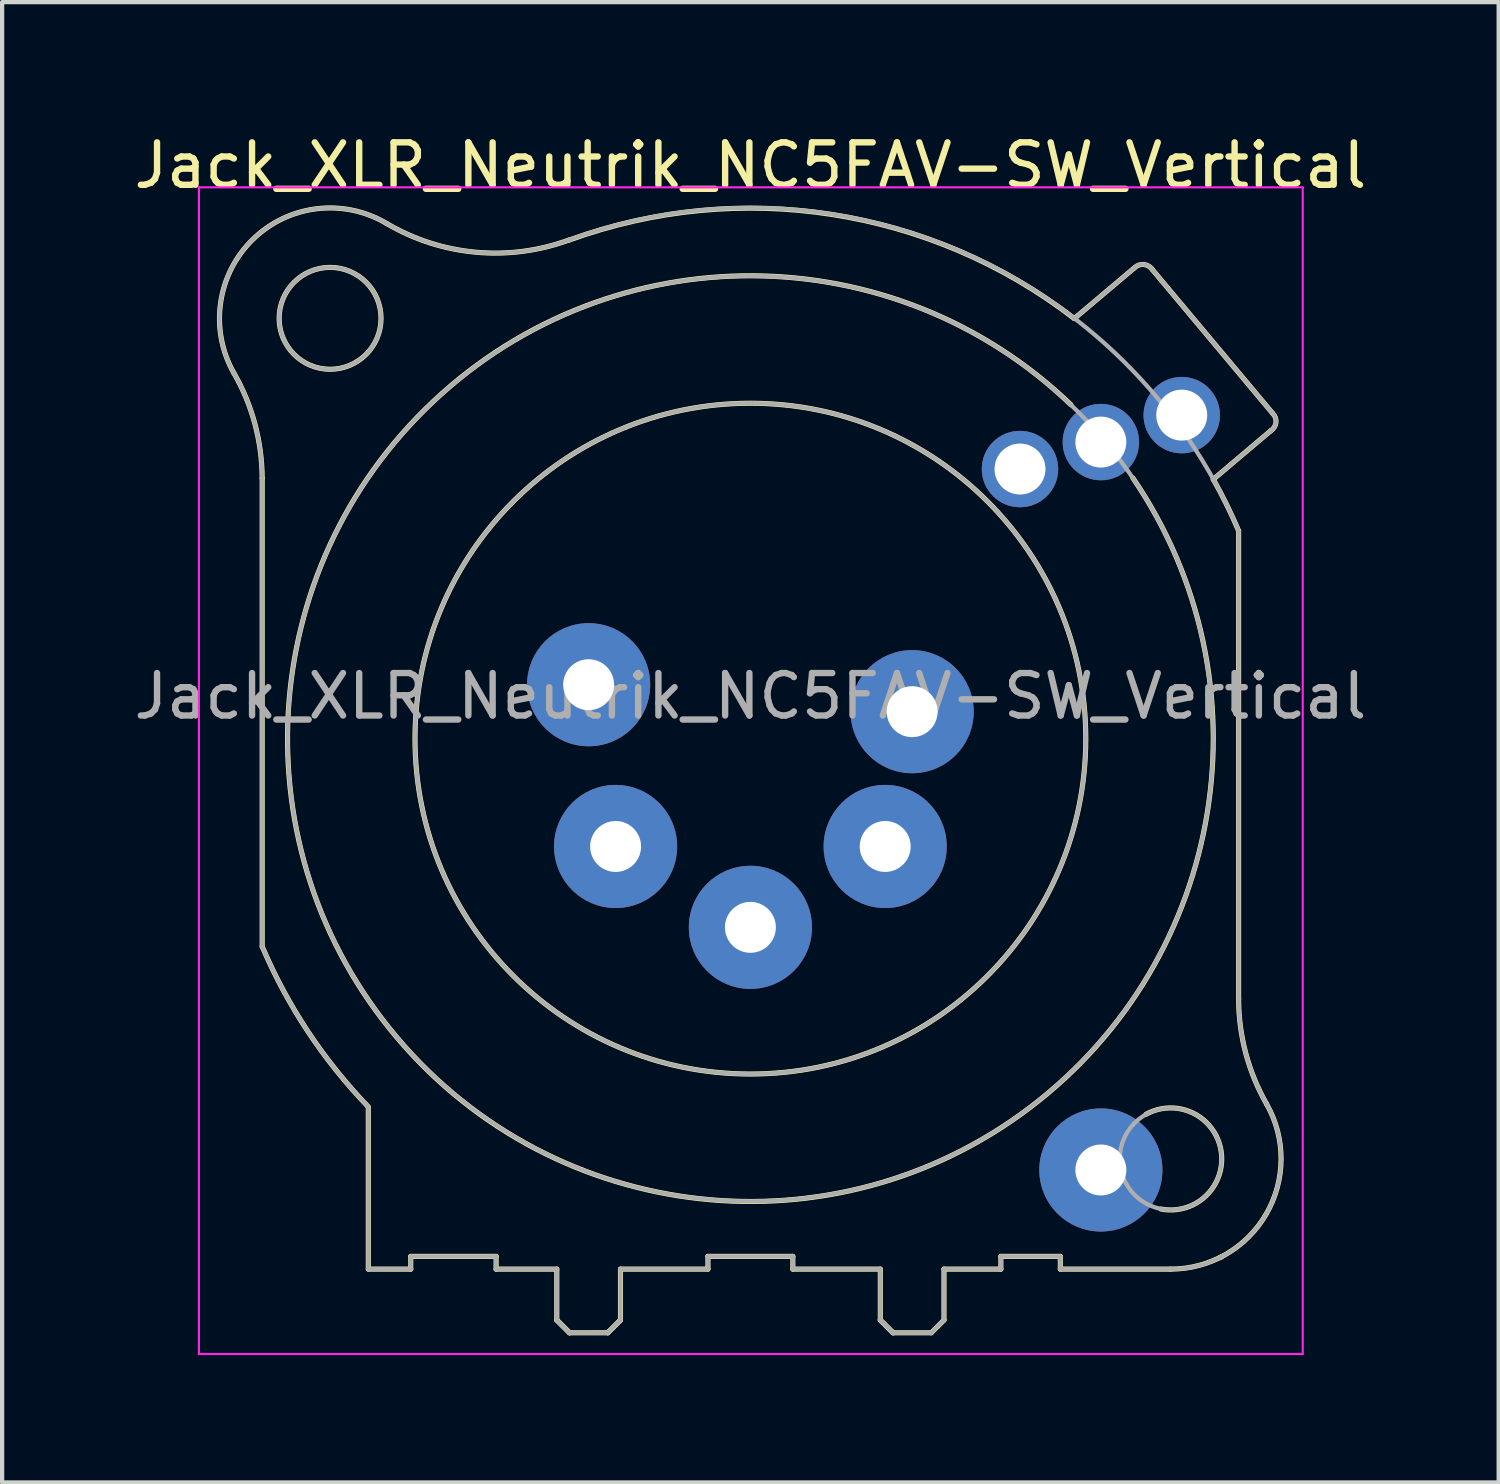
<source format=kicad_pcb>
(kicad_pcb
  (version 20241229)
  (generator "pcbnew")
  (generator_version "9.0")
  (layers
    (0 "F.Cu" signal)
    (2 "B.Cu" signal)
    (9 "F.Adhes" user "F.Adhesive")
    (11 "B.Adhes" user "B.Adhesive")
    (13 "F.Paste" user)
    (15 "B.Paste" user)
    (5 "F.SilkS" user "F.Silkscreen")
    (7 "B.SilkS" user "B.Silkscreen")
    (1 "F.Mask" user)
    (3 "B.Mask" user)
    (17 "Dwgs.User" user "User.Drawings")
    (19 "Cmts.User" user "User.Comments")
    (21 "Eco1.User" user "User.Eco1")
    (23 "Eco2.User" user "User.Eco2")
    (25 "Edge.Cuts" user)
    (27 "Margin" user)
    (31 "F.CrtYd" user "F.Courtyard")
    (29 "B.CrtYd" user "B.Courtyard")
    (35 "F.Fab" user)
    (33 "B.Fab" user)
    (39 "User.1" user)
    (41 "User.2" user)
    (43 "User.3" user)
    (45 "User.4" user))
  (footprint "Jack_XLR_Neutrik_NC5FAV-SW_Vertical"
    (layer "F.Cu")
    (at 18.435 13.713)
    (property "Reference" "Jack_XLR_Neutrik_NC5FAV-SW_Vertical" (at -3.81 -12.865 0) (layer "F.SilkS") (effects (font (size 1 1) (thickness 0.15))))
    (attr through_hole)
    (fp_line (start -15.31 -5.5) (end -15.31 5.53) (stroke (width 0.12) (type solid)) (layer "F.SilkS"))
    (fp_line (start -12.81 9.31) (end -12.81 13.13) (stroke (width 0.12) (type solid)) (layer "F.SilkS"))
    (fp_line (start -11.81 12.83) (end -11.81 13.13) (stroke (width 0.12) (type solid)) (layer "F.SilkS"))
    (fp_line (start -11.81 12.83) (end -9.8 12.83) (stroke (width 0.12) (type solid)) (layer "F.SilkS"))
    (fp_line (start -11.81 13.13) (end -12.81 13.13) (stroke (width 0.12) (type solid)) (layer "F.SilkS"))
    (fp_line (start -9.8 12.83) (end -9.8 13.13) (stroke (width 0.12) (type solid)) (layer "F.SilkS"))
    (fp_line (start -8.37 13.13) (end -9.8 13.13) (stroke (width 0.12) (type solid)) (layer "F.SilkS"))
    (fp_line (start -8.37 13.13) (end -8.37 14.33) (stroke (width 0.12) (type solid)) (layer "F.SilkS"))
    (fp_line (start -8.37 14.33) (end -8.07 14.63) (stroke (width 0.12) (type solid)) (layer "F.SilkS"))
    (fp_line (start -8.37 14.33) (end -8.07 14.63) (stroke (width 0.12) (type solid)) (layer "F.SilkS"))
    (fp_line (start -8.07 14.63) (end -7.17 14.63) (stroke (width 0.12) (type solid)) (layer "F.SilkS"))
    (fp_line (start -6.87 13.13) (end -6.87 14.33) (stroke (width 0.12) (type solid)) (layer "F.SilkS"))
    (fp_line (start -6.87 14.33) (end -7.17 14.63) (stroke (width 0.12) (type solid)) (layer "F.SilkS"))
    (fp_line (start -6.87 14.33) (end -7.17 14.63) (stroke (width 0.12) (type solid)) (layer "F.SilkS"))
    (fp_line (start -4.81 12.83) (end -4.81 13.13) (stroke (width 0.12) (type solid)) (layer "F.SilkS"))
    (fp_line (start -4.81 12.83) (end -2.81 12.83) (stroke (width 0.12) (type solid)) (layer "F.SilkS"))
    (fp_line (start -4.81 13.13) (end -6.87 13.13) (stroke (width 0.12) (type solid)) (layer "F.SilkS"))
    (fp_line (start -2.81 12.83) (end -2.81 13.13) (stroke (width 0.12) (type solid)) (layer "F.SilkS"))
    (fp_line (start -0.75 13.13) (end -2.81 13.13) (stroke (width 0.12) (type solid)) (layer "F.SilkS"))
    (fp_line (start -0.75 13.13) (end -0.75 14.33) (stroke (width 0.12) (type solid)) (layer "F.SilkS"))
    (fp_line (start -0.75 14.33) (end -0.45 14.63) (stroke (width 0.12) (type solid)) (layer "F.SilkS"))
    (fp_line (start -0.75 14.33) (end -0.45 14.63) (stroke (width 0.12) (type solid)) (layer "F.SilkS"))
    (fp_line (start -0.45 14.63) (end 0.45 14.63) (stroke (width 0.12) (type solid)) (layer "F.SilkS"))
    (fp_line (start 0.75 13.13) (end 0.75 14.33) (stroke (width 0.12) (type solid)) (layer "F.SilkS"))
    (fp_line (start 0.75 14.33) (end 0.45 14.63) (stroke (width 0.12) (type solid)) (layer "F.SilkS"))
    (fp_line (start 2.09 12.83) (end 2.09 13.13) (stroke (width 0.12) (type solid)) (layer "F.SilkS"))
    (fp_line (start 2.09 12.83) (end 3.49 12.83) (stroke (width 0.12) (type solid)) (layer "F.SilkS"))
    (fp_line (start 2.09 13.13) (end 0.75 13.13) (stroke (width 0.12) (type solid)) (layer "F.SilkS"))
    (fp_line (start 3.49 12.83) (end 3.49 13.13) (stroke (width 0.12) (type solid)) (layer "F.SilkS"))
    (fp_line (start 3.82 -9.26) (end 5.23 -10.45) (stroke (width 0.12) (type solid)) (layer "F.SilkS"))
    (fp_line (start 6.09 13.13) (end 3.49 13.13) (stroke (width 0.12) (type solid)) (layer "F.SilkS"))
    (fp_line (start 7.69 6.77) (end 7.69 -4.26) (stroke (width 0.12) (type solid)) (layer "F.SilkS"))
    (fp_line (start 8.45 -6.62) (end 7.09 -5.47) (stroke (width 0.12) (type solid)) (layer "F.SilkS"))
    (fp_line (start 8.48 -7.04) (end 5.66 -10.41) (stroke (width 0.12) (type solid)) (layer "F.SilkS"))
    (fp_arc (start -15.979585 -7.98114) (mid -15.531071 -11.122847) (end -12.38 -11.5) (stroke (width 0.12) (type solid)) (layer "F.SilkS"))
    (fp_arc (start -15.978065 -7.979621) (mid -15.482459 -6.783342) (end -15.31 -5.5) (stroke (width 0.12) (type solid)) (layer "F.SilkS"))
    (fp_arc (start -12.822247 9.294702) (mid -14.237431 7.525553) (end -15.31 5.53) (stroke (width 0.12) (type solid)) (layer "F.SilkS"))
    (fp_arc (start -8.091246 -11.107072) (mid -10.279718 -10.822246) (end -12.38 -11.5) (stroke (width 0.12) (type solid)) (layer "F.SilkS"))
    (fp_arc (start -8.076266 -11.109228) (mid -1.890733 -11.711835) (end 3.82 -9.26) (stroke (width 0.12) (type solid)) (layer "F.SilkS"))
    (fp_arc (start 5.199539 -5.504132) (mid -12.134617 7.674992) (end 3.74 -7.23) (stroke (width 0.12) (type solid)) (layer "F.SilkS"))
    (fp_arc (start 5.235458 -10.453787) (mid 5.458172 -10.533142) (end 5.66 -10.41) (stroke (width 0.12) (type solid)) (layer "F.SilkS"))
    (fp_arc (start 5.507701 9.483226) (mid 7.277502 10.347546) (end 5.86 11.715) (stroke (width 0.12) (type solid)) (layer "F.SilkS"))
    (fp_arc (start 7.094079 -5.473362) (mid 7.408456 -4.874744) (end 7.69 -4.26) (stroke (width 0.12) (type solid)) (layer "F.SilkS"))
    (fp_arc (start 7.298541 12.835196) (mid 7.274335 12.847725) (end 7.25 12.86) (stroke (width 0.12) (type solid)) (layer "F.SilkS"))
    (fp_arc (start 8.350687 9.245751) (mid 8.337115 11.837852) (end 6.09 13.13) (stroke (width 0.12) (type solid)) (layer "F.SilkS"))
    (fp_arc (start 8.351797 9.24598) (mid 7.859562 8.051113) (end 7.69 6.77) (stroke (width 0.12) (type solid)) (layer "F.SilkS"))
    (fp_arc (start 8.486269 -7.03217) (mid 8.569764 -6.817142) (end 8.45 -6.62) (stroke (width 0.12) (type solid)) (layer "F.SilkS"))
    (fp_circle (center -13.71 -9.265) (end -12.51 -9.265) (stroke (width 0.12) (type solid)) (fill no) (layer "F.SilkS"))
    (fp_circle (center -3.81 0.635) (end 4.09 0.635) (stroke (width 0.12) (type solid)) (fill no) (layer "F.SilkS"))
    (fp_line (start -16.8 -12.35) (end 9.2 -12.35) (stroke (width 0.05) (type solid)) (layer "F.CrtYd"))
    (fp_line (start -16.8 15.13) (end -16.8 -12.35) (stroke (width 0.05) (type solid)) (layer "F.CrtYd"))
    (fp_line (start 9.2 -12.35) (end 9.2 15.13) (stroke (width 0.05) (type solid)) (layer "F.CrtYd"))
    (fp_line (start 9.2 15.13) (end -16.8 15.13) (stroke (width 0.05) (type solid)) (layer "F.CrtYd"))
    (fp_line (start -15.31 -5.5) (end -15.31 5.53) (stroke (width 0.1) (type solid)) (layer "F.Fab"))
    (fp_line (start -12.81 9.31) (end -12.81 13.13) (stroke (width 0.1) (type solid)) (layer "F.Fab"))
    (fp_line (start -11.81 12.83) (end -11.81 13.13) (stroke (width 0.1) (type solid)) (layer "F.Fab"))
    (fp_line (start -11.81 12.83) (end -9.8 12.83) (stroke (width 0.1) (type solid)) (layer "F.Fab"))
    (fp_line (start -11.81 13.13) (end -12.81 13.13) (stroke (width 0.1) (type solid)) (layer "F.Fab"))
    (fp_line (start -9.8 12.83) (end -9.8 13.13) (stroke (width 0.1) (type solid)) (layer "F.Fab"))
    (fp_line (start -8.37 13.13) (end -9.8 13.13) (stroke (width 0.1) (type solid)) (layer "F.Fab"))
    (fp_line (start -8.37 13.13) (end -8.37 14.33) (stroke (width 0.1) (type solid)) (layer "F.Fab"))
    (fp_line (start -8.37 14.33) (end -8.07 14.63) (stroke (width 0.1) (type solid)) (layer "F.Fab"))
    (fp_line (start -8.37 14.33) (end -8.07 14.63) (stroke (width 0.1) (type solid)) (layer "F.Fab"))
    (fp_line (start -8.07 14.63) (end -7.17 14.63) (stroke (width 0.1) (type solid)) (layer "F.Fab"))
    (fp_line (start -6.87 13.13) (end -6.87 14.33) (stroke (width 0.1) (type solid)) (layer "F.Fab"))
    (fp_line (start -6.87 14.33) (end -7.17 14.63) (stroke (width 0.1) (type solid)) (layer "F.Fab"))
    (fp_line (start -6.87 14.33) (end -7.17 14.63) (stroke (width 0.1) (type solid)) (layer "F.Fab"))
    (fp_line (start -4.81 12.83) (end -4.81 13.13) (stroke (width 0.1) (type solid)) (layer "F.Fab"))
    (fp_line (start -4.81 12.83) (end -2.81 12.83) (stroke (width 0.1) (type solid)) (layer "F.Fab"))
    (fp_line (start -4.81 13.13) (end -6.87 13.13) (stroke (width 0.1) (type solid)) (layer "F.Fab"))
    (fp_line (start -2.81 12.83) (end -2.81 13.13) (stroke (width 0.1) (type solid)) (layer "F.Fab"))
    (fp_line (start -0.75 13.13) (end -2.81 13.13) (stroke (width 0.1) (type solid)) (layer "F.Fab"))
    (fp_line (start -0.75 13.13) (end -0.75 14.33) (stroke (width 0.1) (type solid)) (layer "F.Fab"))
    (fp_line (start -0.75 14.33) (end -0.45 14.63) (stroke (width 0.1) (type solid)) (layer "F.Fab"))
    (fp_line (start -0.75 14.33) (end -0.45 14.63) (stroke (width 0.1) (type solid)) (layer "F.Fab"))
    (fp_line (start -0.45 14.63) (end 0.45 14.63) (stroke (width 0.1) (type solid)) (layer "F.Fab"))
    (fp_line (start 0.75 13.13) (end 0.75 14.33) (stroke (width 0.1) (type solid)) (layer "F.Fab"))
    (fp_line (start 0.75 14.33) (end 0.45 14.63) (stroke (width 0.1) (type solid)) (layer "F.Fab"))
    (fp_line (start 2.09 12.83) (end 2.09 13.13) (stroke (width 0.1) (type solid)) (layer "F.Fab"))
    (fp_line (start 2.09 12.83) (end 3.49 12.83) (stroke (width 0.1) (type solid)) (layer "F.Fab"))
    (fp_line (start 2.09 13.13) (end 0.75 13.13) (stroke (width 0.1) (type solid)) (layer "F.Fab"))
    (fp_line (start 3.49 12.83) (end 3.49 13.13) (stroke (width 0.1) (type solid)) (layer "F.Fab"))
    (fp_line (start 3.82 -9.26) (end 5.23 -10.45) (stroke (width 0.1) (type solid)) (layer "F.Fab"))
    (fp_line (start 6.09 13.13) (end 3.49 13.13) (stroke (width 0.1) (type solid)) (layer "F.Fab"))
    (fp_line (start 7.69 6.77) (end 7.69 -4.26) (stroke (width 0.1) (type solid)) (layer "F.Fab"))
    (fp_line (start 8.45 -6.62) (end 7.09 -5.47) (stroke (width 0.1) (type solid)) (layer "F.Fab"))
    (fp_line (start 8.48 -7.04) (end 5.66 -10.41) (stroke (width 0.1) (type solid)) (layer "F.Fab"))
    (fp_arc (start -15.979585 -7.98114) (mid -15.531071 -11.122847) (end -12.38 -11.5) (stroke (width 0.1) (type solid)) (layer "F.Fab"))
    (fp_arc (start -15.978065 -7.979621) (mid -15.482459 -6.783342) (end -15.31 -5.5) (stroke (width 0.1) (type solid)) (layer "F.Fab"))
    (fp_arc (start -12.822247 9.294702) (mid -14.237431 7.525553) (end -15.31 5.53) (stroke (width 0.1) (type solid)) (layer "F.Fab"))
    (fp_arc (start -8.096428 -11.105424) (mid 1.16231 -10.831785) (end 7.69 -4.26) (stroke (width 0.1) (type solid)) (layer "F.Fab"))
    (fp_arc (start -8.091246 -11.107072) (mid -10.279718 -10.822246) (end -12.38 -11.5) (stroke (width 0.1) (type solid)) (layer "F.Fab"))
    (fp_arc (start 5.235458 -10.453787) (mid 5.458172 -10.533142) (end 5.66 -10.41) (stroke (width 0.1) (type solid)) (layer "F.Fab"))
    (fp_arc (start 7.298541 12.835196) (mid 7.274335 12.847725) (end 7.25 12.86) (stroke (width 0.1) (type solid)) (layer "F.Fab"))
    (fp_arc (start 8.350687 9.245751) (mid 8.337115 11.837852) (end 6.09 13.13) (stroke (width 0.1) (type solid)) (layer "F.Fab"))
    (fp_arc (start 8.351797 9.24598) (mid 7.859562 8.051113) (end 7.69 6.77) (stroke (width 0.1) (type solid)) (layer "F.Fab"))
    (fp_arc (start 8.486269 -7.03217) (mid 8.569764 -6.817142) (end 8.45 -6.62) (stroke (width 0.1) (type solid)) (layer "F.Fab"))
    (fp_circle (center -13.71 -9.265) (end -12.51 -9.265) (stroke (width 0.1) (type solid)) (fill no) (layer "F.Fab"))
    (fp_circle (center -3.81 0.635) (end 4.09 0.635) (stroke (width 0.1) (type solid)) (fill no) (layer "F.Fab"))
    (fp_circle (center -3.81 0.635) (end 7.09 0.635) (stroke (width 0.1) (type solid)) (fill no) (layer "F.Fab"))
    (fp_circle (center 6.09 10.535) (end 7.29 10.535) (stroke (width 0.1) (type solid)) (fill no) (layer "F.Fab"))
    (fp_text user "${REFERENCE}" (at -3.81 -0.365 0) (layer "F.Fab") (effects (font (size 1 1) (thickness 0.15))))
    (pad "1" thru_hole circle (at 0 0) (size 2.9 2.9) (drill 1.2) (layers "*.Cu" "*.Mask"))
    (pad "2" thru_hole circle (at -0.635 3.175) (size 2.9 2.9) (drill 1.2) (layers "*.Cu" "*.Mask"))
    (pad "3" thru_hole circle (at -3.81 5.08) (size 2.9 2.9) (drill 1.2) (layers "*.Cu" "*.Mask"))
    (pad "4" thru_hole circle (at -6.985 3.175) (size 2.9 2.9) (drill 1.2) (layers "*.Cu" "*.Mask"))
    (pad "5" thru_hole circle (at -7.62 -0.635) (size 2.9 2.9) (drill 1.2) (layers "*.Cu" "*.Mask"))
    (pad "G" thru_hole circle (at 4.445 10.795) (size 2.9 2.9) (drill 1.2) (layers "*.Cu" "*.Mask"))
    (pad "N" thru_hole circle (at 4.445 -6.35) (size 1.8 1.8) (drill 1.2) (layers "*.Cu" "*.Mask"))
    (pad "NC" thru_hole circle (at 2.54 -5.715) (size 1.8 1.8) (drill 1.2) (layers "*.Cu" "*.Mask"))
    (pad "NO" thru_hole circle (at 6.35 -6.985) (size 1.8 1.8) (drill 1.2) (layers "*.Cu" "*.Mask")))
  (gr_rect
    (start -3 -3)
    (end 32.25 31.868)
    (stroke (width 0.1) (type default))
    (fill no)
    (layer "Edge.Cuts")))
</source>
